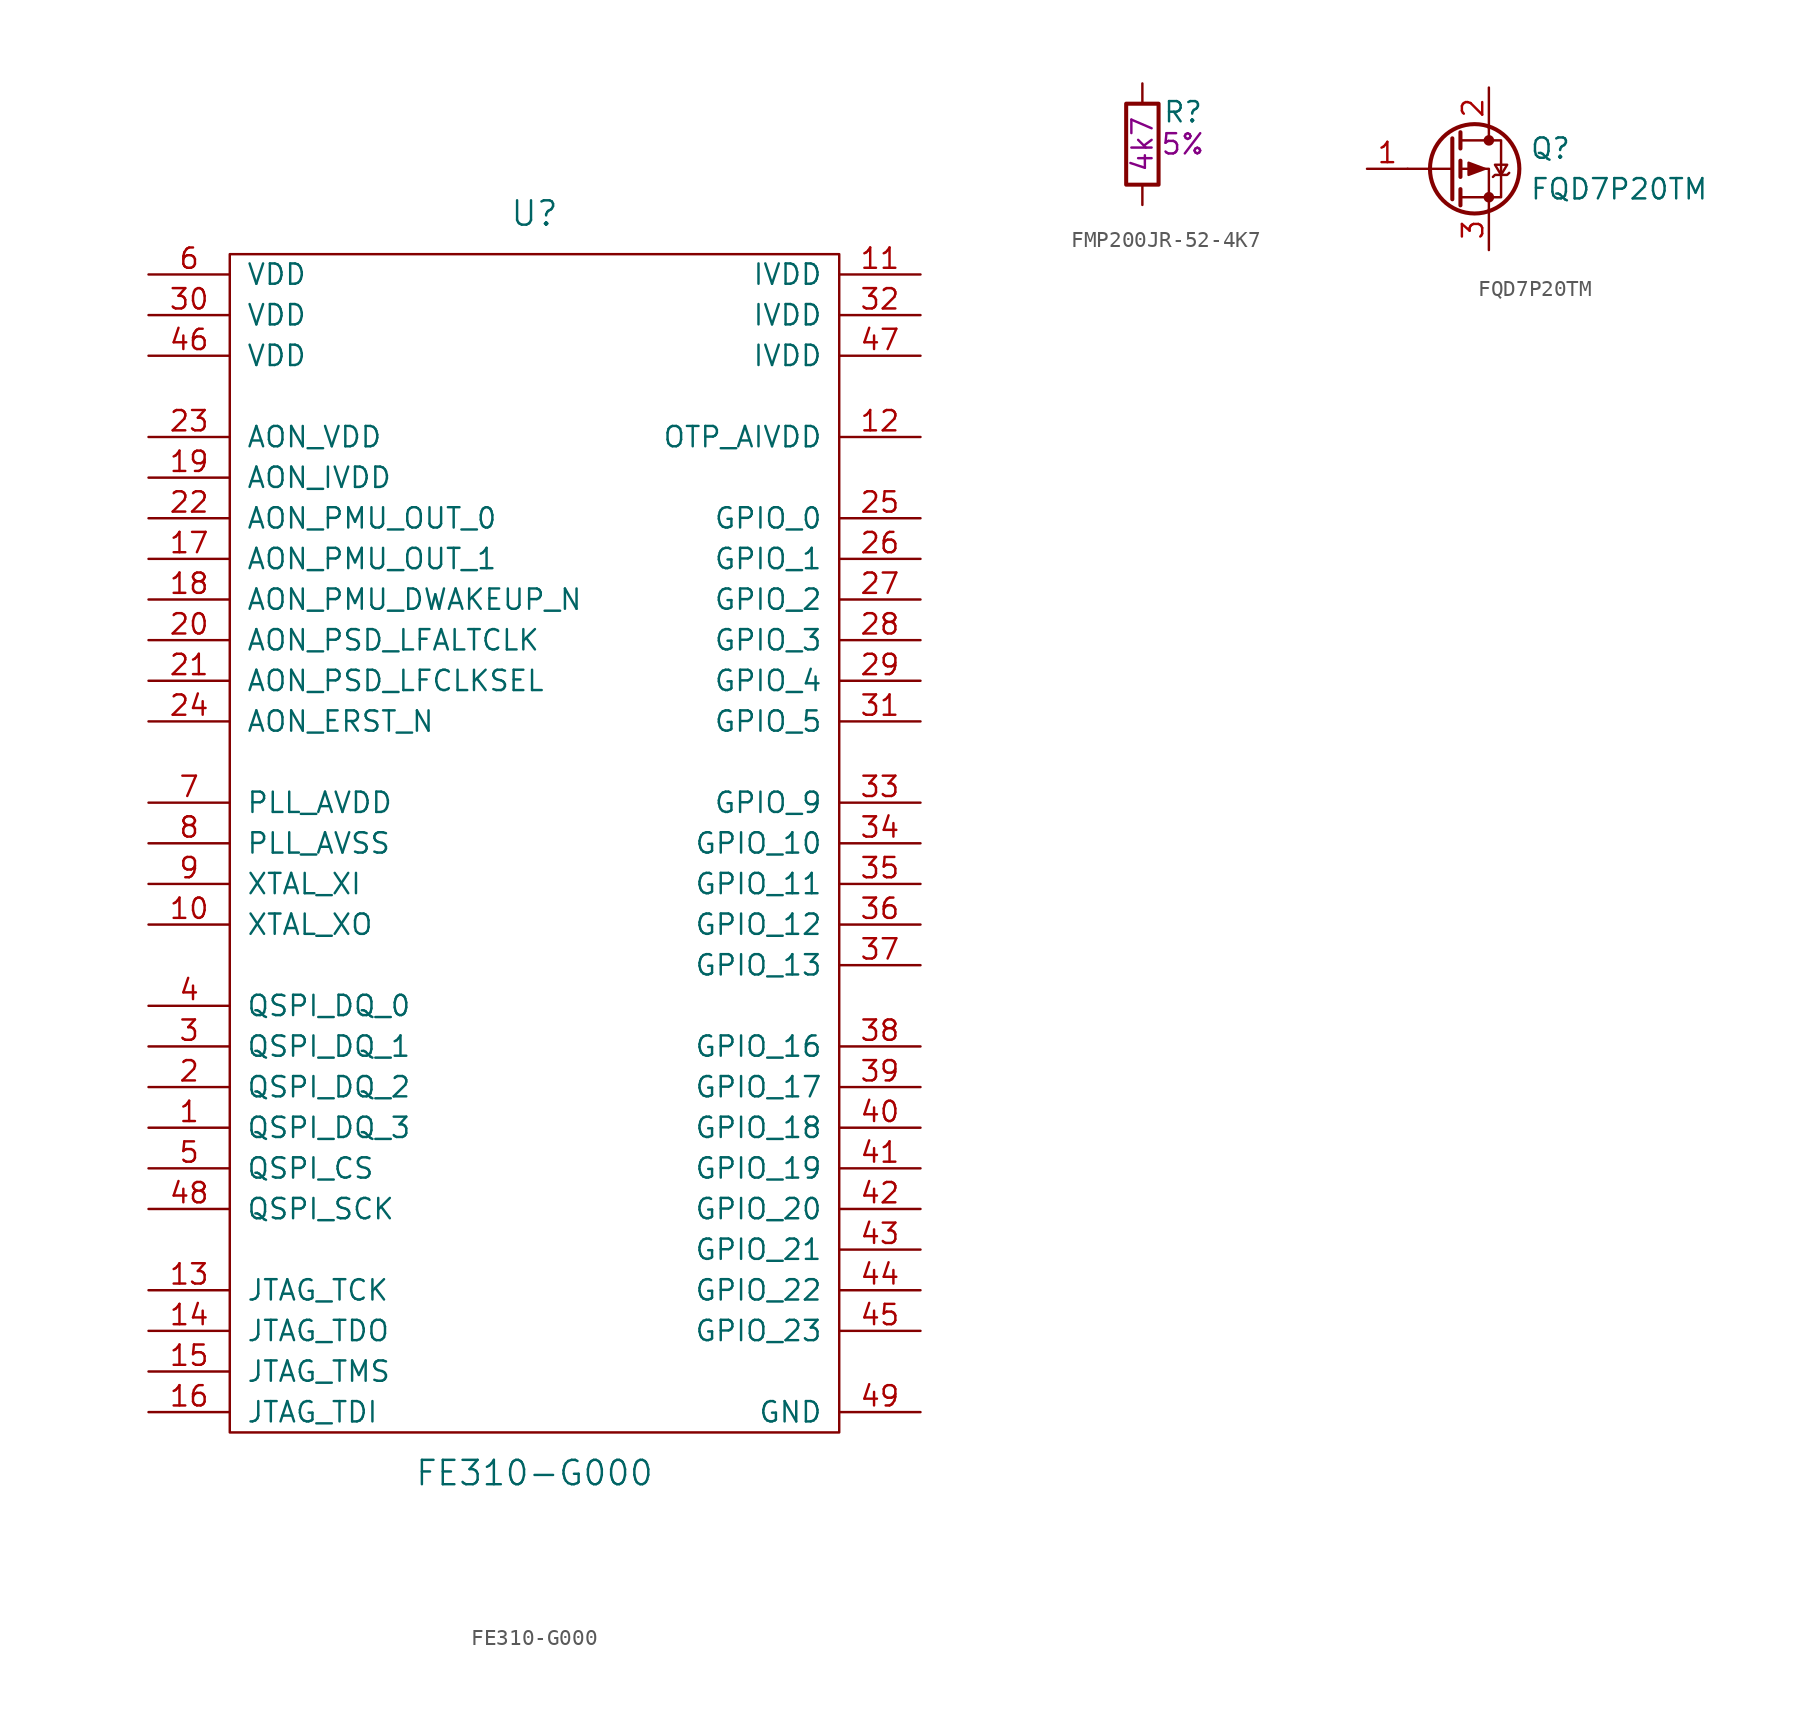
<source format=kicad_sym>
(kicad_symbol_lib
  (version 20210619)
  (generator kicad_symbol_editor)
  (symbol "custom:FE310-G000"
    (pin_names
      (offset 1.016))
    (property "Reference" "U"
      (at 0 33.02 0)
      (effects (font (size 1.524 1.524))))
    (property "Value" "FE310-G000"
      (at 0 -45.72 0)
      (effects (font (size 1.524 1.524))))
    (symbol "FE310-G000_0_1"
      (rectangle (start -19.05 30.48) (end 19.05 -43.18) (stroke (width 0)) (fill (type none))))
    (symbol "FE310-G000_1_1"
      (pin input line (at -24.13 -24.13 0) (length 5.08) (name "QSPI_DQ_3" (effects (font (size 1.27 1.27)))) (number "1" (effects (font (size 1.27 1.27)))))
      (pin input line (at -24.13 -11.43 0) (length 5.08) (name "XTAL_XO" (effects (font (size 1.27 1.27)))) (number "10" (effects (font (size 1.27 1.27)))))
      (pin power_in line (at 24.13 29.21 180) (length 5.08) (name "IVDD" (effects (font (size 1.27 1.27)))) (number "11" (effects (font (size 1.27 1.27)))))
      (pin power_in line (at 24.13 19.05 180) (length 5.08) (name "OTP_AIVDD" (effects (font (size 1.27 1.27)))) (number "12" (effects (font (size 1.27 1.27)))))
      (pin input line (at -24.13 -34.29 0) (length 5.08) (name "JTAG_TCK" (effects (font (size 1.27 1.27)))) (number "13" (effects (font (size 1.27 1.27)))))
      (pin input line (at -24.13 -36.83 0) (length 5.08) (name "JTAG_TDO" (effects (font (size 1.27 1.27)))) (number "14" (effects (font (size 1.27 1.27)))))
      (pin input line (at -24.13 -39.37 0) (length 5.08) (name "JTAG_TMS" (effects (font (size 1.27 1.27)))) (number "15" (effects (font (size 1.27 1.27)))))
      (pin input line (at -24.13 -41.91 0) (length 5.08) (name "JTAG_TDI" (effects (font (size 1.27 1.27)))) (number "16" (effects (font (size 1.27 1.27)))))
      (pin input line (at -24.13 11.43 0) (length 5.08) (name "AON_PMU_OUT_1" (effects (font (size 1.27 1.27)))) (number "17" (effects (font (size 1.27 1.27)))))
      (pin input line (at -24.13 8.89 0) (length 5.08) (name "AON_PMU_DWAKEUP_N" (effects (font (size 1.27 1.27)))) (number "18" (effects (font (size 1.27 1.27)))))
      (pin power_in line (at -24.13 16.51 0) (length 5.08) (name "AON_IVDD" (effects (font (size 1.27 1.27)))) (number "19" (effects (font (size 1.27 1.27)))))
      (pin input line (at -24.13 -21.59 0) (length 5.08) (name "QSPI_DQ_2" (effects (font (size 1.27 1.27)))) (number "2" (effects (font (size 1.27 1.27)))))
      (pin input line (at -24.13 6.35 0) (length 5.08) (name "AON_PSD_LFALTCLK" (effects (font (size 1.27 1.27)))) (number "20" (effects (font (size 1.27 1.27)))))
      (pin input line (at -24.13 3.81 0) (length 5.08) (name "AON_PSD_LFCLKSEL" (effects (font (size 1.27 1.27)))) (number "21" (effects (font (size 1.27 1.27)))))
      (pin input line (at -24.13 13.97 0) (length 5.08) (name "AON_PMU_OUT_0" (effects (font (size 1.27 1.27)))) (number "22" (effects (font (size 1.27 1.27)))))
      (pin power_in line (at -24.13 19.05 0) (length 5.08) (name "AON_VDD" (effects (font (size 1.27 1.27)))) (number "23" (effects (font (size 1.27 1.27)))))
      (pin input line (at -24.13 1.27 0) (length 5.08) (name "AON_ERST_N" (effects (font (size 1.27 1.27)))) (number "24" (effects (font (size 1.27 1.27)))))
      (pin input line (at 24.13 13.97 180) (length 5.08) (name "GPIO_0" (effects (font (size 1.27 1.27)))) (number "25" (effects (font (size 1.27 1.27)))))
      (pin input line (at 24.13 11.43 180) (length 5.08) (name "GPIO_1" (effects (font (size 1.27 1.27)))) (number "26" (effects (font (size 1.27 1.27)))))
      (pin input line (at 24.13 8.89 180) (length 5.08) (name "GPIO_2" (effects (font (size 1.27 1.27)))) (number "27" (effects (font (size 1.27 1.27)))))
      (pin input line (at 24.13 6.35 180) (length 5.08) (name "GPIO_3" (effects (font (size 1.27 1.27)))) (number "28" (effects (font (size 1.27 1.27)))))
      (pin input line (at 24.13 3.81 180) (length 5.08) (name "GPIO_4" (effects (font (size 1.27 1.27)))) (number "29" (effects (font (size 1.27 1.27)))))
      (pin input line (at -24.13 -19.05 0) (length 5.08) (name "QSPI_DQ_1" (effects (font (size 1.27 1.27)))) (number "3" (effects (font (size 1.27 1.27)))))
      (pin power_in line (at -24.13 26.67 0) (length 5.08) (name "VDD" (effects (font (size 1.27 1.27)))) (number "30" (effects (font (size 1.27 1.27)))))
      (pin input line (at 24.13 1.27 180) (length 5.08) (name "GPIO_5" (effects (font (size 1.27 1.27)))) (number "31" (effects (font (size 1.27 1.27)))))
      (pin power_in line (at 24.13 26.67 180) (length 5.08) (name "IVDD" (effects (font (size 1.27 1.27)))) (number "32" (effects (font (size 1.27 1.27)))))
      (pin input line (at 24.13 -3.81 180) (length 5.08) (name "GPIO_9" (effects (font (size 1.27 1.27)))) (number "33" (effects (font (size 1.27 1.27)))))
      (pin input line (at 24.13 -6.35 180) (length 5.08) (name "GPIO_10" (effects (font (size 1.27 1.27)))) (number "34" (effects (font (size 1.27 1.27)))))
      (pin input line (at 24.13 -8.89 180) (length 5.08) (name "GPIO_11" (effects (font (size 1.27 1.27)))) (number "35" (effects (font (size 1.27 1.27)))))
      (pin input line (at 24.13 -11.43 180) (length 5.08) (name "GPIO_12" (effects (font (size 1.27 1.27)))) (number "36" (effects (font (size 1.27 1.27)))))
      (pin input line (at 24.13 -13.97 180) (length 5.08) (name "GPIO_13" (effects (font (size 1.27 1.27)))) (number "37" (effects (font (size 1.27 1.27)))))
      (pin input line (at 24.13 -19.05 180) (length 5.08) (name "GPIO_16" (effects (font (size 1.27 1.27)))) (number "38" (effects (font (size 1.27 1.27)))))
      (pin input line (at 24.13 -21.59 180) (length 5.08) (name "GPIO_17" (effects (font (size 1.27 1.27)))) (number "39" (effects (font (size 1.27 1.27)))))
      (pin input line (at -24.13 -16.51 0) (length 5.08) (name "QSPI_DQ_0" (effects (font (size 1.27 1.27)))) (number "4" (effects (font (size 1.27 1.27)))))
      (pin input line (at 24.13 -24.13 180) (length 5.08) (name "GPIO_18" (effects (font (size 1.27 1.27)))) (number "40" (effects (font (size 1.27 1.27)))))
      (pin input line (at 24.13 -26.67 180) (length 5.08) (name "GPIO_19" (effects (font (size 1.27 1.27)))) (number "41" (effects (font (size 1.27 1.27)))))
      (pin input line (at 24.13 -29.21 180) (length 5.08) (name "GPIO_20" (effects (font (size 1.27 1.27)))) (number "42" (effects (font (size 1.27 1.27)))))
      (pin input line (at 24.13 -31.75 180) (length 5.08) (name "GPIO_21" (effects (font (size 1.27 1.27)))) (number "43" (effects (font (size 1.27 1.27)))))
      (pin input line (at 24.13 -34.29 180) (length 5.08) (name "GPIO_22" (effects (font (size 1.27 1.27)))) (number "44" (effects (font (size 1.27 1.27)))))
      (pin input line (at 24.13 -36.83 180) (length 5.08) (name "GPIO_23" (effects (font (size 1.27 1.27)))) (number "45" (effects (font (size 1.27 1.27)))))
      (pin power_in line (at -24.13 24.13 0) (length 5.08) (name "VDD" (effects (font (size 1.27 1.27)))) (number "46" (effects (font (size 1.27 1.27)))))
      (pin power_in line (at 24.13 24.13 180) (length 5.08) (name "IVDD" (effects (font (size 1.27 1.27)))) (number "47" (effects (font (size 1.27 1.27)))))
      (pin input line (at -24.13 -29.21 0) (length 5.08) (name "QSPI_SCK" (effects (font (size 1.27 1.27)))) (number "48" (effects (font (size 1.27 1.27)))))
      (pin power_in line (at 24.13 -41.91 180) (length 5.08) (name "GND" (effects (font (size 1.27 1.27)))) (number "49" (effects (font (size 1.27 1.27)))))
      (pin input line (at -24.13 -26.67 0) (length 5.08) (name "QSPI_CS" (effects (font (size 1.27 1.27)))) (number "5" (effects (font (size 1.27 1.27)))))
      (pin input line (at -24.13 29.21 0) (length 5.08) (name "VDD" (effects (font (size 1.27 1.27)))) (number "6" (effects (font (size 1.27 1.27)))))
      (pin power_in line (at -24.13 -3.81 0) (length 5.08) (name "PLL_AVDD" (effects (font (size 1.27 1.27)))) (number "7" (effects (font (size 1.27 1.27)))))
      (pin input line (at -24.13 -6.35 0) (length 5.08) (name "PLL_AVSS" (effects (font (size 1.27 1.27)))) (number "8" (effects (font (size 1.27 1.27)))))
      (pin input line (at -24.13 -8.89 0) (length 5.08) (name "XTAL_XI" (effects (font (size 1.27 1.27)))) (number "9" (effects (font (size 1.27 1.27)))))))
  (symbol "custom:FMP200JR-52-4K7"
    (pin_numbers hide)
    (pin_names
      (offset 0))
    (property "Reference" "R"
      (at 1.27 1.27 0)
      (effects (font (size 1.27 1.27)) (justify left bottom)))
    (property "Resistance" "4k7"
      (at 0 0 90)
      (effects (font (size 1.27 1.27))))
    (property "TOLERANCE" "5%"
      (at 2.54 0 0)
      (effects (font (size 1.27 1.27))))
    (symbol "FMP200JR-52-4K7_0_1"
      (rectangle (start -1.016 -2.54) (end 1.016 2.54) (stroke (width 0.254)) (fill (type none))))
    (symbol "FMP200JR-52-4K7_1_1"
      (pin passive line (at 0 3.81 270) (length 1.27) (name "~" (effects (font (size 1.27 1.27)))) (number "1" (effects (font (size 1.27 1.27)))))
      (pin passive line (at 0 -3.81 90) (length 1.27) (name "~" (effects (font (size 1.27 1.27)))) (number "2" (effects (font (size 1.27 1.27)))))))
  (symbol "custom:FQD7P20TM"
    (pin_names
      (offset 0) hide)
    (property "Reference" "Q"
      (at 5.08 1.27 0)
      (effects (font (size 1.27 1.27)) (justify left)))
    (property "Value" "FQD7P20TM"
      (at 5.08 -1.27 0)
      (effects (font (size 1.27 1.27)) (justify left)))
    (symbol "FQD7P20TM_0_1"
      (circle (center 1.651 0) (radius 2.794) (stroke (width 0.254)) (fill (type none)))
      (circle (center 2.54 -1.778) (radius 0.254) (stroke (width 0)) (fill (type outline)))
      (circle (center 2.54 1.778) (radius 0.254) (stroke (width 0)) (fill (type outline)))
      (polyline (pts (xy 0.254 0) (xy -2.54 0)) (stroke (width 0)) (fill (type none)))
      (polyline (pts (xy 0.254 1.905) (xy 0.254 -1.905)) (stroke (width 0.254)) (fill (type none)))
      (polyline (pts (xy 0.762 -1.27) (xy 0.762 -2.286)) (stroke (width 0.254)) (fill (type none)))
      (polyline (pts (xy 0.762 0.508) (xy 0.762 -0.508)) (stroke (width 0.254)) (fill (type none)))
      (polyline (pts (xy 0.762 2.286) (xy 0.762 1.27)) (stroke (width 0.254)) (fill (type none)))
      (polyline (pts (xy 2.54 2.54) (xy 2.54 1.778)) (stroke (width 0)) (fill (type none)))
      (polyline (pts (xy 2.54 -2.54) (xy 2.54 0) (xy 0.762 0)) (stroke (width 0)) (fill (type none)))
      (polyline (pts (xy 0.762 1.778) (xy 3.302 1.778) (xy 3.302 -1.778) (xy 0.762 -1.778)) (stroke (width 0)) (fill (type none)))
      (polyline (pts (xy 2.794 -0.508) (xy 2.921 -0.381) (xy 3.683 -0.381) (xy 3.81 -0.254)) (stroke (width 0)) (fill (type none)))
      (polyline (pts (xy 3.302 -0.381) (xy 2.921 0.254) (xy 3.683 0.254) (xy 3.302 -0.381)) (stroke (width 0)) (fill (type none)))
      (polyline (pts (xy 2.286 0) (xy 1.27 0.381) (xy 1.27 -0.381) (xy 2.286 0)) (stroke (width 0)) (fill (type outline))))
    (symbol "FQD7P20TM_1_1"
      (pin input line (at -5.08 0 0) (length 2.54) (name "G" (effects (font (size 1.27 1.27)))) (number "1" (effects (font (size 1.27 1.27)))))
      (pin passive line (at 2.54 5.08 270) (length 2.54) (name "D" (effects (font (size 1.27 1.27)))) (number "2" (effects (font (size 1.27 1.27)))))
      (pin passive line (at 2.54 -5.08 90) (length 2.54) (name "S" (effects (font (size 1.27 1.27)))) (number "3" (effects (font (size 1.27 1.27))))))))
</source>
